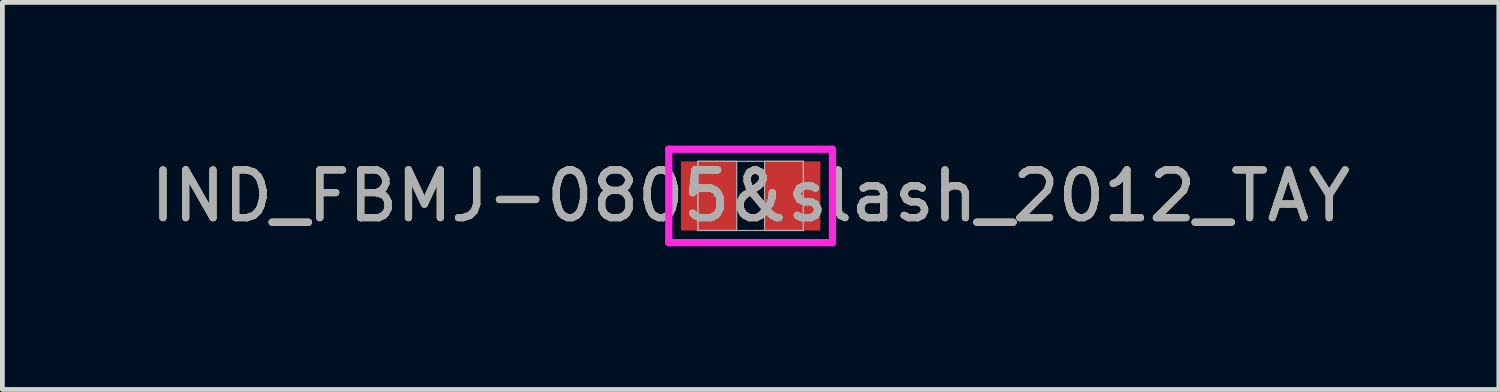
<source format=kicad_pcb>
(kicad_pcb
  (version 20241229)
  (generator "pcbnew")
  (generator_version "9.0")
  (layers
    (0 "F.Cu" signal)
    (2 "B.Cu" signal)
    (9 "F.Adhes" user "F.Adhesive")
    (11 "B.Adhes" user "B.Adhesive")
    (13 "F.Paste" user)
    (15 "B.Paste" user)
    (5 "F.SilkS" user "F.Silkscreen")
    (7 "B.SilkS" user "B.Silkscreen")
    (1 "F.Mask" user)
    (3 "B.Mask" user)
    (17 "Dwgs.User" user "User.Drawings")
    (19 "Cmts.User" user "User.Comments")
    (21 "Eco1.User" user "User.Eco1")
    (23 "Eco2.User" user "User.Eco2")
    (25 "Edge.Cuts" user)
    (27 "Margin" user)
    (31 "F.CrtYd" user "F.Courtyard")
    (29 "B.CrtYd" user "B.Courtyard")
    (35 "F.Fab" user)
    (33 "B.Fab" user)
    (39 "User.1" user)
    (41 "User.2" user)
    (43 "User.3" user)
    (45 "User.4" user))
  (footprint "IND_FBMJ-0805&slash_2012_TAY"
    (layer "F.Cu")
    (at 12.673 1.054)
    (property "Reference" "IND_FBMJ-0805&slash_2012_TAY" (at 0 0 0) (unlocked yes) (layer "F.SilkS") (effects (font (size 1 1) (thickness 0.15))))
    (attr smd)
    (fp_line (start -1.714 -0.978) (end 1.714 -0.978) (stroke (width 0.152) (type solid)) (layer "F.CrtYd"))
    (fp_line (start -1.714 0.978) (end -1.714 -0.978) (stroke (width 0.152) (type solid)) (layer "F.CrtYd"))
    (fp_line (start 1.714 -0.978) (end 1.714 0.978) (stroke (width 0.152) (type solid)) (layer "F.CrtYd"))
    (fp_line (start 1.714 0.978) (end -1.714 0.978) (stroke (width 0.152) (type solid)) (layer "F.CrtYd"))
    (fp_line (start -1.105 -0.724) (end -1.105 0.724) (stroke (width 0.025) (type solid)) (layer "F.Fab"))
    (fp_line (start -1.105 -0.724) (end -1.105 0.724) (stroke (width 0.025) (type solid)) (layer "F.Fab"))
    (fp_line (start -1.105 0.724) (end -0.292 0.724) (stroke (width 0.025) (type solid)) (layer "F.Fab"))
    (fp_line (start -1.105 0.724) (end 1.105 0.724) (stroke (width 0.025) (type solid)) (layer "F.Fab"))
    (fp_line (start -0.292 -0.724) (end -1.105 -0.724) (stroke (width 0.025) (type solid)) (layer "F.Fab"))
    (fp_line (start -0.292 0.724) (end -0.292 -0.724) (stroke (width 0.025) (type solid)) (layer "F.Fab"))
    (fp_line (start 0.292 -0.724) (end 0.292 0.724) (stroke (width 0.025) (type solid)) (layer "F.Fab"))
    (fp_line (start 0.292 0.724) (end 1.105 0.724) (stroke (width 0.025) (type solid)) (layer "F.Fab"))
    (fp_line (start 1.105 -0.724) (end -1.105 -0.724) (stroke (width 0.025) (type solid)) (layer "F.Fab"))
    (fp_line (start 1.105 -0.724) (end 0.292 -0.724) (stroke (width 0.025) (type solid)) (layer "F.Fab"))
    (fp_line (start 1.105 0.724) (end 1.105 -0.724) (stroke (width 0.025) (type solid)) (layer "F.Fab"))
    (fp_line (start 1.105 0.724) (end 1.105 -0.724) (stroke (width 0.025) (type solid)) (layer "F.Fab"))
    (fp_circle (center -0.749 0) (end -0.749 0) (stroke (width 0.025) (type solid)) (fill no) (layer "F.Fab"))
    (fp_text user "${REFERENCE}" (at 0 0 0) (unlocked yes) (layer "F.Fab") (effects (font (size 1 1) (thickness 0.15))))
    (pad "1" smd rect (at -0.876 0) (size 1.168 1.448) (layers "F.Cu" "F.Mask" "F.Paste"))
    (pad "2" smd rect (at 0.876 0) (size 1.168 1.448) (layers "F.Cu" "F.Mask" "F.Paste"))
    (zone (net_name "") (layer "F.Cu") (hatch full 0.508) (connect_pads) (min_thickness 0.254) (filled_areas_thickness no) (keepout (tracks not_allowed) (vias not_allowed) (pads allowed) (copperpour not_allowed) (footprints allowed)) (placement (enabled no)) (fill) (polygon (pts (xy 12.431 0.381) (xy 12.914 0.381) (xy 12.914 1.727) (xy 12.431 1.727)))))
  (gr_rect
    (start -3 -3)
    (end 28.345 5.108)
    (stroke (width 0.1) (type default))
    (fill no)
    (layer "Edge.Cuts")))
</source>
